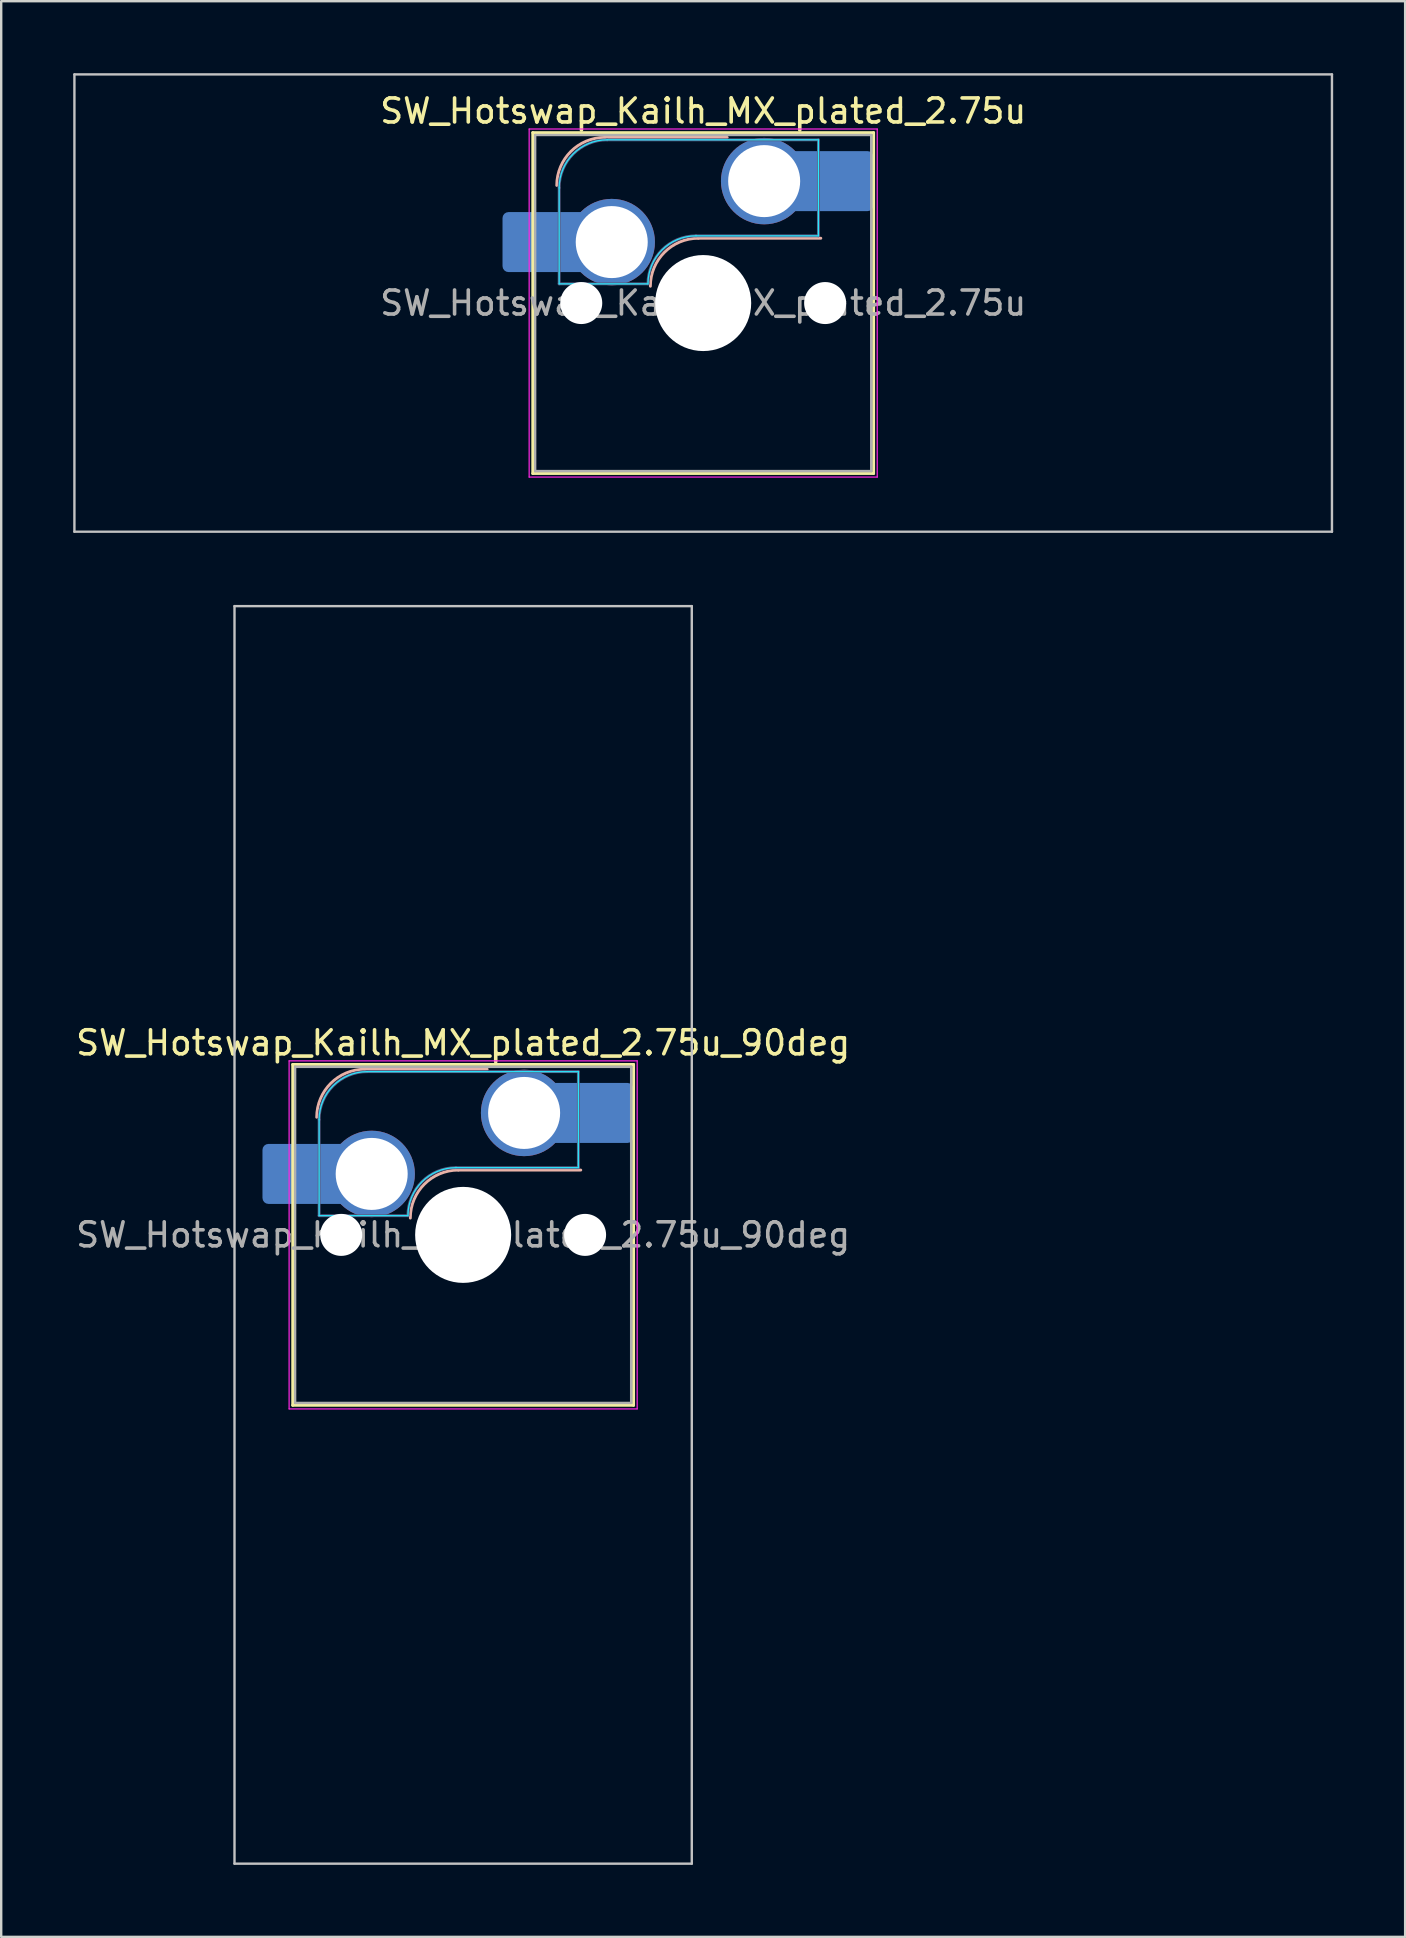
<source format=kicad_pcb>
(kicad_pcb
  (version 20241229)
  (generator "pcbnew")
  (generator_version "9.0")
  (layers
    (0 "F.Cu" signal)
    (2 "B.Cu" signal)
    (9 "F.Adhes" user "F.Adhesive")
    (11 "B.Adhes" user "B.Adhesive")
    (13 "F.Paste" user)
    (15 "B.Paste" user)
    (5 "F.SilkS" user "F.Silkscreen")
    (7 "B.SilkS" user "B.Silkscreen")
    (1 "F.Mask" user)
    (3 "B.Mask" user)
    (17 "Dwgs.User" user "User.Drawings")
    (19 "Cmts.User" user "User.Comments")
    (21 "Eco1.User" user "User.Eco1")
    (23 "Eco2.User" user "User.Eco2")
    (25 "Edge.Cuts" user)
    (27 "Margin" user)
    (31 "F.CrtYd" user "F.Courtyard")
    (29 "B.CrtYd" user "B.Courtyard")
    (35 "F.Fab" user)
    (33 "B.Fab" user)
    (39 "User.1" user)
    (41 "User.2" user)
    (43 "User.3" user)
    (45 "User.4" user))
  (footprint "SW_Hotswap_Kailh_MX_plated_2.75u"
    (layer "F.Cu")
    (at 26.244 9.575)
    (property "Reference" "SW_Hotswap_Kailh_MX_plated_2.75u" (at 0 -8 0) (layer "F.SilkS") (effects (font (size 1 1) (thickness 0.15))))
    (attr smd)
    (fp_line (start -7.1 -7.1) (end -7.1 7.1) (stroke (width 0.12) (type solid)) (layer "F.SilkS"))
    (fp_line (start -7.1 7.1) (end 7.1 7.1) (stroke (width 0.12) (type solid)) (layer "F.SilkS"))
    (fp_line (start 7.1 -7.1) (end -7.1 -7.1) (stroke (width 0.12) (type solid)) (layer "F.SilkS"))
    (fp_line (start 7.1 7.1) (end 7.1 -7.1) (stroke (width 0.12) (type solid)) (layer "F.SilkS"))
    (fp_line (start -4.1 -6.9) (end 1 -6.9) (stroke (width 0.12) (type solid)) (layer "B.SilkS"))
    (fp_line (start -0.2 -2.7) (end 4.9 -2.7) (stroke (width 0.12) (type solid)) (layer "B.SilkS"))
    (fp_arc (start -6.1 -4.9) (mid -5.514214 -6.314214) (end -4.1 -6.9) (stroke (width 0.12) (type solid)) (layer "B.SilkS"))
    (fp_arc (start -2.2 -0.7) (mid -1.614214 -2.114214) (end -0.2 -2.7) (stroke (width 0.12) (type solid)) (layer "B.SilkS"))
    (fp_line (start -26.194 -9.525) (end -26.194 9.525) (stroke (width 0.1) (type solid)) (layer "Dwgs.User"))
    (fp_line (start -26.194 9.525) (end 26.194 9.525) (stroke (width 0.1) (type solid)) (layer "Dwgs.User"))
    (fp_line (start 26.194 -9.525) (end -26.194 -9.525) (stroke (width 0.1) (type solid)) (layer "Dwgs.User"))
    (fp_line (start 26.194 9.525) (end 26.194 -9.525) (stroke (width 0.1) (type solid)) (layer "Dwgs.User"))
    (fp_line (start -7.8 -6) (end -7 -6) (stroke (width 0.1) (type solid)) (layer "Eco1.User"))
    (fp_line (start -7.8 -2.9) (end -7.8 -6) (stroke (width 0.1) (type solid)) (layer "Eco1.User"))
    (fp_line (start -7.8 2.9) (end -7 2.9) (stroke (width 0.1) (type solid)) (layer "Eco1.User"))
    (fp_line (start -7.8 6) (end -7.8 2.9) (stroke (width 0.1) (type solid)) (layer "Eco1.User"))
    (fp_line (start -7 -7) (end 7 -7) (stroke (width 0.1) (type solid)) (layer "Eco1.User"))
    (fp_line (start -7 -6) (end -7 -7) (stroke (width 0.1) (type solid)) (layer "Eco1.User"))
    (fp_line (start -7 -2.9) (end -7.8 -2.9) (stroke (width 0.1) (type solid)) (layer "Eco1.User"))
    (fp_line (start -7 2.9) (end -7 -2.9) (stroke (width 0.1) (type solid)) (layer "Eco1.User"))
    (fp_line (start -7 6) (end -7.8 6) (stroke (width 0.1) (type solid)) (layer "Eco1.User"))
    (fp_line (start -7 7) (end -7 6) (stroke (width 0.1) (type solid)) (layer "Eco1.User"))
    (fp_line (start 7 -7) (end 7 -6) (stroke (width 0.1) (type solid)) (layer "Eco1.User"))
    (fp_line (start 7 -6) (end 7.8 -6) (stroke (width 0.1) (type solid)) (layer "Eco1.User"))
    (fp_line (start 7 -2.9) (end 7 2.9) (stroke (width 0.1) (type solid)) (layer "Eco1.User"))
    (fp_line (start 7 2.9) (end 7.8 2.9) (stroke (width 0.1) (type solid)) (layer "Eco1.User"))
    (fp_line (start 7 6) (end 7 7) (stroke (width 0.1) (type solid)) (layer "Eco1.User"))
    (fp_line (start 7 7) (end -7 7) (stroke (width 0.1) (type solid)) (layer "Eco1.User"))
    (fp_line (start 7.8 -6) (end 7.8 -2.9) (stroke (width 0.1) (type solid)) (layer "Eco1.User"))
    (fp_line (start 7.8 -2.9) (end 7 -2.9) (stroke (width 0.1) (type solid)) (layer "Eco1.User"))
    (fp_line (start 7.8 2.9) (end 7.8 6) (stroke (width 0.1) (type solid)) (layer "Eco1.User"))
    (fp_line (start 7.8 6) (end 7 6) (stroke (width 0.1) (type solid)) (layer "Eco1.User"))
    (fp_line (start -6 -0.8) (end -6 -4.8) (stroke (width 0.05) (type solid)) (layer "B.CrtYd"))
    (fp_line (start -6 -0.8) (end -2.3 -0.8) (stroke (width 0.05) (type solid)) (layer "B.CrtYd"))
    (fp_line (start -4 -6.8) (end 4.8 -6.8) (stroke (width 0.05) (type solid)) (layer "B.CrtYd"))
    (fp_line (start -0.3 -2.8) (end 4.8 -2.8) (stroke (width 0.05) (type solid)) (layer "B.CrtYd"))
    (fp_line (start 4.8 -6.8) (end 4.8 -2.8) (stroke (width 0.05) (type solid)) (layer "B.CrtYd"))
    (fp_arc (start -6 -4.8) (mid -5.414214 -6.214214) (end -4 -6.8) (stroke (width 0.05) (type solid)) (layer "B.CrtYd"))
    (fp_arc (start -2.3 -0.8) (mid -1.714214 -2.214214) (end -0.3 -2.8) (stroke (width 0.05) (type solid)) (layer "B.CrtYd"))
    (fp_line (start -7.25 -7.25) (end -7.25 7.25) (stroke (width 0.05) (type solid)) (layer "F.CrtYd"))
    (fp_line (start -7.25 7.25) (end 7.25 7.25) (stroke (width 0.05) (type solid)) (layer "F.CrtYd"))
    (fp_line (start 7.25 -7.25) (end -7.25 -7.25) (stroke (width 0.05) (type solid)) (layer "F.CrtYd"))
    (fp_line (start 7.25 7.25) (end 7.25 -7.25) (stroke (width 0.05) (type solid)) (layer "F.CrtYd"))
    (fp_line (start -6 -0.8) (end -6 -4.8) (stroke (width 0.12) (type solid)) (layer "B.Fab"))
    (fp_line (start -6 -0.8) (end -2.3 -0.8) (stroke (width 0.12) (type solid)) (layer "B.Fab"))
    (fp_line (start -4 -6.8) (end 4.8 -6.8) (stroke (width 0.12) (type solid)) (layer "B.Fab"))
    (fp_line (start -0.3 -2.8) (end 4.8 -2.8) (stroke (width 0.12) (type solid)) (layer "B.Fab"))
    (fp_line (start 4.8 -6.8) (end 4.8 -2.8) (stroke (width 0.12) (type solid)) (layer "B.Fab"))
    (fp_arc (start -6 -4.8) (mid -5.414214 -6.214214) (end -4 -6.8) (stroke (width 0.12) (type solid)) (layer "B.Fab"))
    (fp_arc (start -2.3 -0.8) (mid -1.714214 -2.214214) (end -0.3 -2.8) (stroke (width 0.12) (type solid)) (layer "B.Fab"))
    (fp_line (start -7 -7) (end -7 7) (stroke (width 0.1) (type solid)) (layer "F.Fab"))
    (fp_line (start -7 7) (end 7 7) (stroke (width 0.1) (type solid)) (layer "F.Fab"))
    (fp_line (start 7 -7) (end -7 -7) (stroke (width 0.1) (type solid)) (layer "F.Fab"))
    (fp_line (start 7 7) (end 7 -7) (stroke (width 0.1) (type solid)) (layer "F.Fab"))
    (fp_text user "${REFERENCE}" (at 0 0 0) (layer "F.Fab") (effects (font (size 1 1) (thickness 0.15))))
    (pad "" smd roundrect (at -7.085 -2.54) (size 2.55 2.5) (layers "B.Mask" "B.Paste") (roundrect_rratio 0.1))
    (pad "" np_thru_hole circle (at -5.08 0) (size 1.75 1.75) (drill 1.75) (layers "*.Cu" "*.Mask"))
    (pad "" np_thru_hole circle (at 0 0) (size 4 4) (drill 4) (layers "*.Cu" "*.Mask"))
    (pad "" np_thru_hole circle (at 5.08 0) (size 1.75 1.75) (drill 1.75) (layers "*.Cu" "*.Mask"))
    (pad "" smd roundrect (at 5.842 -5.08) (size 2.55 2.5) (layers "B.Mask" "B.Paste") (roundrect_rratio 0.1))
    (pad "1" smd roundrect (at -6.585 -2.54) (size 3.55 2.5) (layers "B.Cu") (roundrect_rratio 0.1))
    (pad "1" thru_hole circle (at -3.81 -2.54) (size 3.6 3.6) (drill 3) (layers "*.Cu" "B.Mask"))
    (pad "2" thru_hole circle (at 2.54 -5.08) (size 3.6 3.6) (drill 3) (layers "*.Cu" "B.Mask"))
    (pad "2" smd roundrect (at 5.32 -5.08) (size 3.55 2.5) (layers "B.Cu") (roundrect_rratio 0.1)))
  (footprint "SW_Hotswap_Kailh_MX_plated_2.75u_90deg"
    (layer "F.Cu")
    (at 16.244 48.394)
    (property "Reference" "SW_Hotswap_Kailh_MX_plated_2.75u_90deg" (at 0 -8 0) (layer "F.SilkS") (effects (font (size 1 1) (thickness 0.15))))
    (attr smd)
    (fp_line (start -7.1 -7.1) (end -7.1 7.1) (stroke (width 0.12) (type solid)) (layer "F.SilkS"))
    (fp_line (start -7.1 7.1) (end 7.1 7.1) (stroke (width 0.12) (type solid)) (layer "F.SilkS"))
    (fp_line (start 7.1 -7.1) (end -7.1 -7.1) (stroke (width 0.12) (type solid)) (layer "F.SilkS"))
    (fp_line (start 7.1 7.1) (end 7.1 -7.1) (stroke (width 0.12) (type solid)) (layer "F.SilkS"))
    (fp_line (start -4.1 -6.9) (end 1 -6.9) (stroke (width 0.12) (type solid)) (layer "B.SilkS"))
    (fp_line (start -0.2 -2.7) (end 4.9 -2.7) (stroke (width 0.12) (type solid)) (layer "B.SilkS"))
    (fp_arc (start -6.1 -4.9) (mid -5.514214 -6.314214) (end -4.1 -6.9) (stroke (width 0.12) (type solid)) (layer "B.SilkS"))
    (fp_arc (start -2.2 -0.7) (mid -1.614214 -2.114214) (end -0.2 -2.7) (stroke (width 0.12) (type solid)) (layer "B.SilkS"))
    (fp_line (start -9.525 -26.194) (end 9.525 -26.194) (stroke (width 0.1) (type solid)) (layer "Dwgs.User"))
    (fp_line (start -9.525 26.194) (end -9.525 -26.194) (stroke (width 0.1) (type solid)) (layer "Dwgs.User"))
    (fp_line (start 9.525 -26.194) (end 9.525 26.194) (stroke (width 0.1) (type solid)) (layer "Dwgs.User"))
    (fp_line (start 9.525 26.194) (end -9.525 26.194) (stroke (width 0.1) (type solid)) (layer "Dwgs.User"))
    (fp_line (start -7.8 -6) (end -7 -6) (stroke (width 0.1) (type solid)) (layer "Eco1.User"))
    (fp_line (start -7.8 -2.9) (end -7.8 -6) (stroke (width 0.1) (type solid)) (layer "Eco1.User"))
    (fp_line (start -7.8 2.9) (end -7 2.9) (stroke (width 0.1) (type solid)) (layer "Eco1.User"))
    (fp_line (start -7.8 6) (end -7.8 2.9) (stroke (width 0.1) (type solid)) (layer "Eco1.User"))
    (fp_line (start -7 -7) (end 7 -7) (stroke (width 0.1) (type solid)) (layer "Eco1.User"))
    (fp_line (start -7 -6) (end -7 -7) (stroke (width 0.1) (type solid)) (layer "Eco1.User"))
    (fp_line (start -7 -2.9) (end -7.8 -2.9) (stroke (width 0.1) (type solid)) (layer "Eco1.User"))
    (fp_line (start -7 2.9) (end -7 -2.9) (stroke (width 0.1) (type solid)) (layer "Eco1.User"))
    (fp_line (start -7 6) (end -7.8 6) (stroke (width 0.1) (type solid)) (layer "Eco1.User"))
    (fp_line (start -7 7) (end -7 6) (stroke (width 0.1) (type solid)) (layer "Eco1.User"))
    (fp_line (start 7 -7) (end 7 -6) (stroke (width 0.1) (type solid)) (layer "Eco1.User"))
    (fp_line (start 7 -6) (end 7.8 -6) (stroke (width 0.1) (type solid)) (layer "Eco1.User"))
    (fp_line (start 7 -2.9) (end 7 2.9) (stroke (width 0.1) (type solid)) (layer "Eco1.User"))
    (fp_line (start 7 2.9) (end 7.8 2.9) (stroke (width 0.1) (type solid)) (layer "Eco1.User"))
    (fp_line (start 7 6) (end 7 7) (stroke (width 0.1) (type solid)) (layer "Eco1.User"))
    (fp_line (start 7 7) (end -7 7) (stroke (width 0.1) (type solid)) (layer "Eco1.User"))
    (fp_line (start 7.8 -6) (end 7.8 -2.9) (stroke (width 0.1) (type solid)) (layer "Eco1.User"))
    (fp_line (start 7.8 -2.9) (end 7 -2.9) (stroke (width 0.1) (type solid)) (layer "Eco1.User"))
    (fp_line (start 7.8 2.9) (end 7.8 6) (stroke (width 0.1) (type solid)) (layer "Eco1.User"))
    (fp_line (start 7.8 6) (end 7 6) (stroke (width 0.1) (type solid)) (layer "Eco1.User"))
    (fp_line (start -6 -0.8) (end -6 -4.8) (stroke (width 0.05) (type solid)) (layer "B.CrtYd"))
    (fp_line (start -6 -0.8) (end -2.3 -0.8) (stroke (width 0.05) (type solid)) (layer "B.CrtYd"))
    (fp_line (start -4 -6.8) (end 4.8 -6.8) (stroke (width 0.05) (type solid)) (layer "B.CrtYd"))
    (fp_line (start -0.3 -2.8) (end 4.8 -2.8) (stroke (width 0.05) (type solid)) (layer "B.CrtYd"))
    (fp_line (start 4.8 -6.8) (end 4.8 -2.8) (stroke (width 0.05) (type solid)) (layer "B.CrtYd"))
    (fp_arc (start -6 -4.8) (mid -5.414214 -6.214214) (end -4 -6.8) (stroke (width 0.05) (type solid)) (layer "B.CrtYd"))
    (fp_arc (start -2.3 -0.8) (mid -1.714214 -2.214214) (end -0.3 -2.8) (stroke (width 0.05) (type solid)) (layer "B.CrtYd"))
    (fp_line (start -7.25 -7.25) (end -7.25 7.25) (stroke (width 0.05) (type solid)) (layer "F.CrtYd"))
    (fp_line (start -7.25 7.25) (end 7.25 7.25) (stroke (width 0.05) (type solid)) (layer "F.CrtYd"))
    (fp_line (start 7.25 -7.25) (end -7.25 -7.25) (stroke (width 0.05) (type solid)) (layer "F.CrtYd"))
    (fp_line (start 7.25 7.25) (end 7.25 -7.25) (stroke (width 0.05) (type solid)) (layer "F.CrtYd"))
    (fp_line (start -6 -0.8) (end -6 -4.8) (stroke (width 0.12) (type solid)) (layer "B.Fab"))
    (fp_line (start -6 -0.8) (end -2.3 -0.8) (stroke (width 0.12) (type solid)) (layer "B.Fab"))
    (fp_line (start -4 -6.8) (end 4.8 -6.8) (stroke (width 0.12) (type solid)) (layer "B.Fab"))
    (fp_line (start -0.3 -2.8) (end 4.8 -2.8) (stroke (width 0.12) (type solid)) (layer "B.Fab"))
    (fp_line (start 4.8 -6.8) (end 4.8 -2.8) (stroke (width 0.12) (type solid)) (layer "B.Fab"))
    (fp_arc (start -6 -4.8) (mid -5.414214 -6.214214) (end -4 -6.8) (stroke (width 0.12) (type solid)) (layer "B.Fab"))
    (fp_arc (start -2.3 -0.8) (mid -1.714214 -2.214214) (end -0.3 -2.8) (stroke (width 0.12) (type solid)) (layer "B.Fab"))
    (fp_line (start -7 -7) (end -7 7) (stroke (width 0.1) (type solid)) (layer "F.Fab"))
    (fp_line (start -7 7) (end 7 7) (stroke (width 0.1) (type solid)) (layer "F.Fab"))
    (fp_line (start 7 -7) (end -7 -7) (stroke (width 0.1) (type solid)) (layer "F.Fab"))
    (fp_line (start 7 7) (end 7 -7) (stroke (width 0.1) (type solid)) (layer "F.Fab"))
    (fp_text user "${REFERENCE}" (at 0 0 0) (layer "F.Fab") (effects (font (size 1 1) (thickness 0.15))))
    (pad "" smd roundrect (at -7.085 -2.54) (size 2.55 2.5) (layers "B.Mask" "B.Paste") (roundrect_rratio 0.1))
    (pad "" np_thru_hole circle (at -5.08 0) (size 1.75 1.75) (drill 1.75) (layers "*.Cu" "*.Mask"))
    (pad "" np_thru_hole circle (at 0 0) (size 4 4) (drill 4) (layers "*.Cu" "*.Mask"))
    (pad "" np_thru_hole circle (at 5.08 0) (size 1.75 1.75) (drill 1.75) (layers "*.Cu" "*.Mask"))
    (pad "" smd roundrect (at 5.842 -5.08) (size 2.55 2.5) (layers "B.Mask" "B.Paste") (roundrect_rratio 0.1))
    (pad "1" smd roundrect (at -6.585 -2.54) (size 3.55 2.5) (layers "B.Cu") (roundrect_rratio 0.1))
    (pad "1" thru_hole circle (at -3.81 -2.54) (size 3.6 3.6) (drill 3) (layers "*.Cu" "B.Mask"))
    (pad "2" thru_hole circle (at 2.54 -5.08) (size 3.6 3.6) (drill 3) (layers "*.Cu" "B.Mask"))
    (pad "2" smd roundrect (at 5.32 -5.08) (size 3.55 2.5) (layers "B.Cu") (roundrect_rratio 0.1)))
  (gr_rect
    (start -3 -3)
    (end 55.487 77.638)
    (stroke (width 0.1) (type default))
    (fill no)
    (layer "Edge.Cuts")))
</source>
